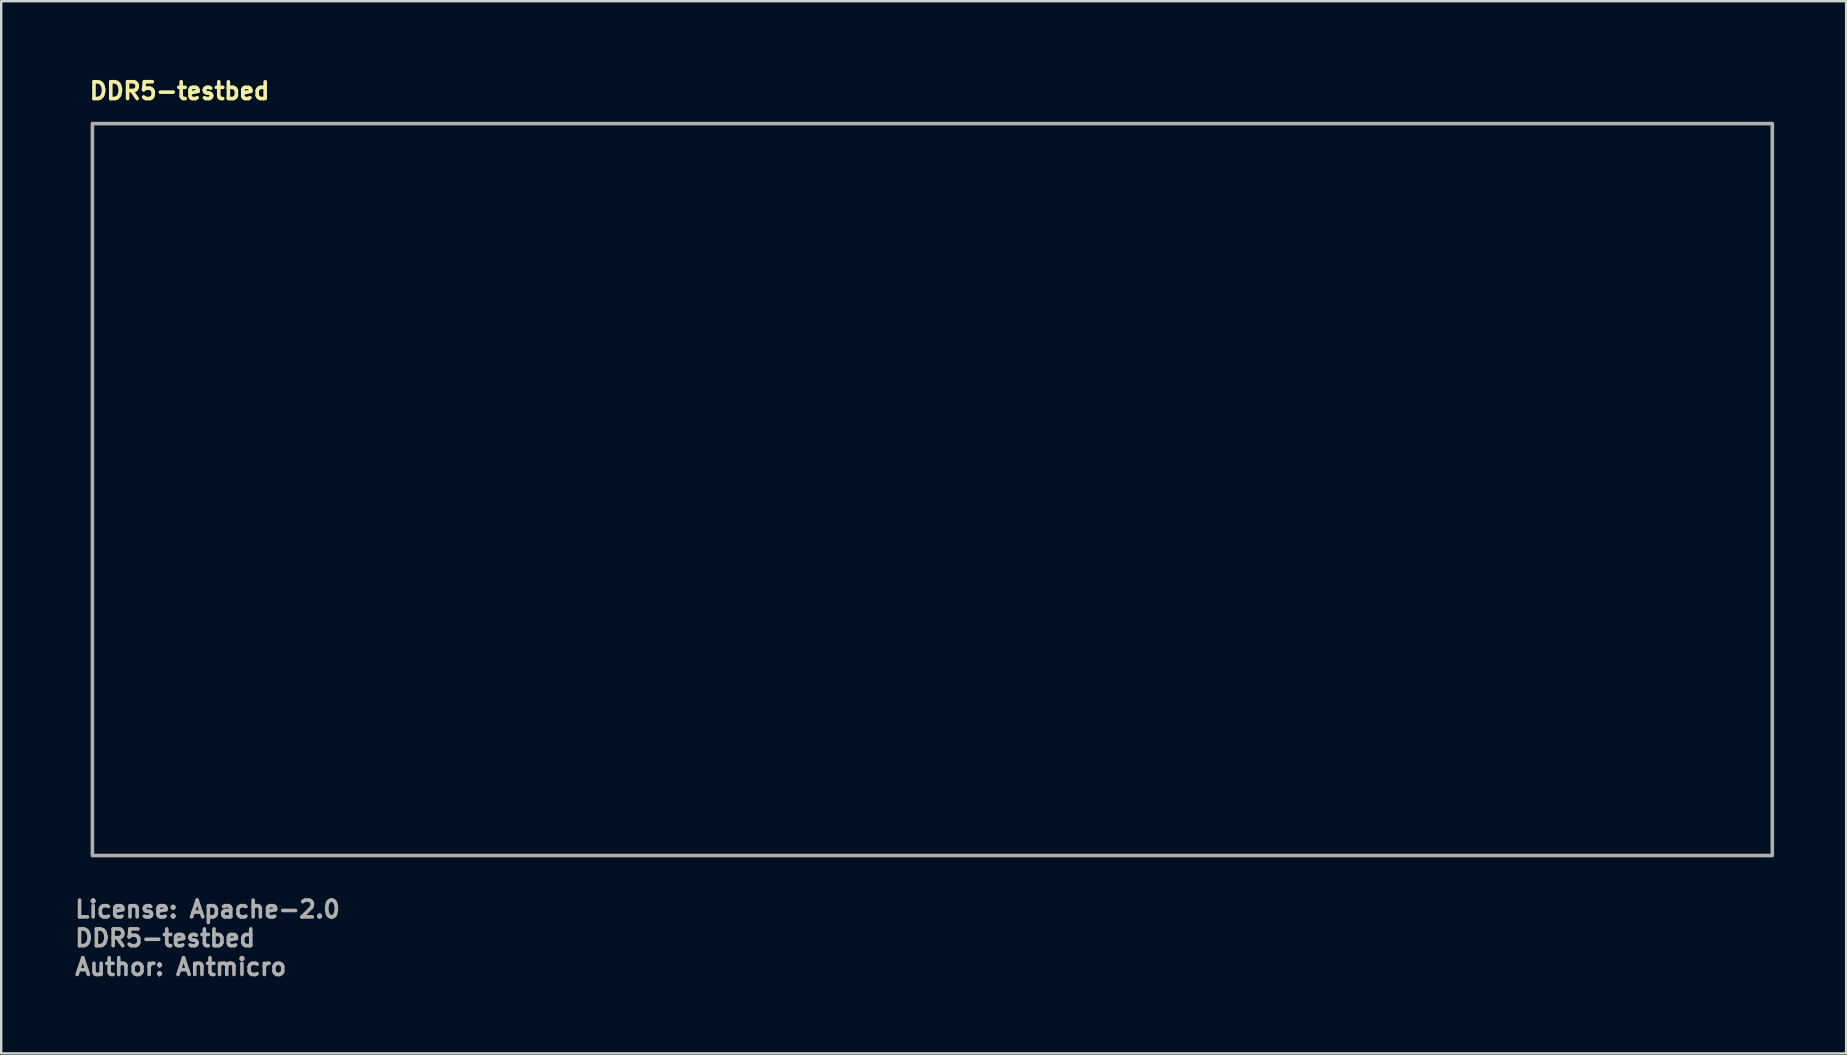
<source format=kicad_pcb>
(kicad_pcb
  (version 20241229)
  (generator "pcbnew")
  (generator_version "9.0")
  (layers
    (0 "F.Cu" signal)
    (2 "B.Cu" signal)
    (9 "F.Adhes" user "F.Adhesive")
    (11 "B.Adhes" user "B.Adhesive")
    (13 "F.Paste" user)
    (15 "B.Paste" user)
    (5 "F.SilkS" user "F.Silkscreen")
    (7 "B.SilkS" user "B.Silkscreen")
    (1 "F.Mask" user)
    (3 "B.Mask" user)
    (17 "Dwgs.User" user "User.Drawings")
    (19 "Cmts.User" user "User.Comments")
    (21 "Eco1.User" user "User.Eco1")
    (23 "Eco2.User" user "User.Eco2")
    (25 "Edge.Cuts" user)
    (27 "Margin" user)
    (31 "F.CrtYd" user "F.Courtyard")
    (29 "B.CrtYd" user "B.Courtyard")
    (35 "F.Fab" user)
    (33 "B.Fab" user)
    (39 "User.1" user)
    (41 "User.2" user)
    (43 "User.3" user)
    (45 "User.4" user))
  (footprint "DDR5-testbed"
    (layer "F.Cu")
    (at 35.801 17.25)
    (property "Reference" "DDR5-testbed" (at -35.2 -16.1 0) (layer "F.SilkS") (effects (font (size 0.7 0.7) (thickness 0.15)) (justify left bottom)))
    (attr through_hole exclude_from_pos_files exclude_from_bom)
    (fp_rect (start -35 -15.151) (end 34.999 15.349) (stroke (width 0.15) (type solid)) (fill no) (layer "F.Fab"))
    (fp_rect (start -34.801 -15) (end 34.798 14.999) (stroke (width 0.1) (type solid)) (fill no) (layer "User.5"))
    (fp_line (start -34.801 -14.25) (end -34.801 2.999) (stroke (width 0.02) (type solid)) (layer "User.9"))
    (fp_line (start -34.801 6.999) (end -34.801 14.249) (stroke (width 0.02) (type solid)) (layer "User.9"))
    (fp_line (start -34.801 6.999) (end -33.375 6.999) (stroke (width 0.02) (type solid)) (layer "User.9"))
    (fp_line (start -33.375 2.999) (end -34.801 2.999) (stroke (width 0.02) (type solid)) (layer "User.9"))
    (fp_line (start -33.3 -14.951) (end -32.951 -14.951) (stroke (width 0.02) (type solid)) (layer "User.9"))
    (fp_line (start -33.3 -12.451) (end -33.3 -14.951) (stroke (width 0.02) (type solid)) (layer "User.9"))
    (fp_line (start -33.05 3.324) (end -33.05 6.674) (stroke (width 0.02) (type solid)) (layer "User.9"))
    (fp_line (start -32.951 -14.951) (end -32.951 -12.451) (stroke (width 0.02) (type solid)) (layer "User.9"))
    (fp_line (start -32.951 -12.451) (end -33.3 -12.451) (stroke (width 0.02) (type solid)) (layer "User.9"))
    (fp_line (start -32.8 -14.951) (end -32.451 -14.951) (stroke (width 0.02) (type solid)) (layer "User.9"))
    (fp_line (start -32.8 -12.451) (end -32.8 -14.951) (stroke (width 0.02) (type solid)) (layer "User.9"))
    (fp_line (start -32.451 -14.951) (end -32.451 -12.451) (stroke (width 0.02) (type solid)) (layer "User.9"))
    (fp_line (start -32.451 -12.451) (end -32.8 -12.451) (stroke (width 0.02) (type solid)) (layer "User.9"))
    (fp_line (start -32.3 -14.951) (end -31.951 -14.951) (stroke (width 0.02) (type solid)) (layer "User.9"))
    (fp_line (start -32.3 -12.451) (end -32.3 -14.951) (stroke (width 0.02) (type solid)) (layer "User.9"))
    (fp_line (start -31.951 -14.951) (end -31.951 -12.451) (stroke (width 0.02) (type solid)) (layer "User.9"))
    (fp_line (start -31.951 -12.451) (end -32.3 -12.451) (stroke (width 0.02) (type solid)) (layer "User.9"))
    (fp_line (start -31.801 -14.951) (end -31.451 -14.951) (stroke (width 0.02) (type solid)) (layer "User.9"))
    (fp_line (start -31.801 -12.451) (end -31.801 -14.951) (stroke (width 0.02) (type solid)) (layer "User.9"))
    (fp_line (start -31.451 -14.951) (end -31.451 -12.451) (stroke (width 0.02) (type solid)) (layer "User.9"))
    (fp_line (start -31.451 -12.451) (end -31.801 -12.451) (stroke (width 0.02) (type solid)) (layer "User.9"))
    (fp_line (start -31.301 -14.951) (end -30.951 -14.951) (stroke (width 0.02) (type solid)) (layer "User.9"))
    (fp_line (start -31.301 -12.451) (end -31.301 -14.951) (stroke (width 0.02) (type solid)) (layer "User.9"))
    (fp_line (start -30.951 -14.951) (end -30.951 -12.451) (stroke (width 0.02) (type solid)) (layer "User.9"))
    (fp_line (start -30.951 -12.451) (end -31.301 -12.451) (stroke (width 0.02) (type solid)) (layer "User.9"))
    (fp_line (start -30.801 -14.951) (end -30.451 -14.951) (stroke (width 0.02) (type solid)) (layer "User.9"))
    (fp_line (start -30.801 -12.451) (end -30.801 -14.951) (stroke (width 0.02) (type solid)) (layer "User.9"))
    (fp_line (start -30.451 -14.951) (end -30.451 -12.451) (stroke (width 0.02) (type solid)) (layer "User.9"))
    (fp_line (start -30.451 -12.451) (end -30.801 -12.451) (stroke (width 0.02) (type solid)) (layer "User.9"))
    (fp_line (start -30.301 -14.951) (end -29.951 -14.951) (stroke (width 0.02) (type solid)) (layer "User.9"))
    (fp_line (start -30.301 -12.451) (end -30.301 -14.951) (stroke (width 0.02) (type solid)) (layer "User.9"))
    (fp_line (start -29.951 -14.951) (end -29.951 -12.451) (stroke (width 0.02) (type solid)) (layer "User.9"))
    (fp_line (start -29.951 -12.451) (end -30.301 -12.451) (stroke (width 0.02) (type solid)) (layer "User.9"))
    (fp_line (start -29.801 -14.951) (end -29.451 -14.951) (stroke (width 0.02) (type solid)) (layer "User.9"))
    (fp_line (start -29.801 -12.451) (end -29.801 -14.951) (stroke (width 0.02) (type solid)) (layer "User.9"))
    (fp_line (start -29.451 -14.951) (end -29.451 -12.451) (stroke (width 0.02) (type solid)) (layer "User.9"))
    (fp_line (start -29.451 -12.451) (end -29.801 -12.451) (stroke (width 0.02) (type solid)) (layer "User.9"))
    (fp_line (start -29.301 -14.951) (end -28.951 -14.951) (stroke (width 0.02) (type solid)) (layer "User.9"))
    (fp_line (start -29.301 -12.451) (end -29.301 -14.951) (stroke (width 0.02) (type solid)) (layer "User.9"))
    (fp_line (start -28.951 -14.951) (end -28.951 -12.451) (stroke (width 0.02) (type solid)) (layer "User.9"))
    (fp_line (start -28.951 -12.451) (end -29.301 -12.451) (stroke (width 0.02) (type solid)) (layer "User.9"))
    (fp_line (start -28.801 -14.951) (end -28.451 -14.951) (stroke (width 0.02) (type solid)) (layer "User.9"))
    (fp_line (start -28.801 -12.451) (end -28.801 -14.951) (stroke (width 0.02) (type solid)) (layer "User.9"))
    (fp_line (start -28.451 -14.951) (end -28.451 -12.451) (stroke (width 0.02) (type solid)) (layer "User.9"))
    (fp_line (start -28.451 -12.451) (end -28.801 -12.451) (stroke (width 0.02) (type solid)) (layer "User.9"))
    (fp_line (start -28.301 -14.951) (end -27.951 -14.951) (stroke (width 0.02) (type solid)) (layer "User.9"))
    (fp_line (start -28.301 -12.451) (end -28.301 -14.951) (stroke (width 0.02) (type solid)) (layer "User.9"))
    (fp_line (start -27.951 -14.951) (end -27.951 -12.451) (stroke (width 0.02) (type solid)) (layer "User.9"))
    (fp_line (start -27.951 -12.451) (end -28.301 -12.451) (stroke (width 0.02) (type solid)) (layer "User.9"))
    (fp_line (start -27.801 -14.951) (end -27.451 -14.951) (stroke (width 0.02) (type solid)) (layer "User.9"))
    (fp_line (start -27.801 -12.451) (end -27.801 -14.951) (stroke (width 0.02) (type solid)) (layer "User.9"))
    (fp_line (start -27.451 -14.951) (end -27.451 -12.451) (stroke (width 0.02) (type solid)) (layer "User.9"))
    (fp_line (start -27.451 -12.451) (end -27.801 -12.451) (stroke (width 0.02) (type solid)) (layer "User.9"))
    (fp_line (start -27.301 -14.951) (end -26.951 -14.951) (stroke (width 0.02) (type solid)) (layer "User.9"))
    (fp_line (start -27.301 -12.451) (end -27.301 -14.951) (stroke (width 0.02) (type solid)) (layer "User.9"))
    (fp_line (start -26.951 -14.951) (end -26.951 -12.451) (stroke (width 0.02) (type solid)) (layer "User.9"))
    (fp_line (start -26.951 -12.451) (end -27.301 -12.451) (stroke (width 0.02) (type solid)) (layer "User.9"))
    (fp_line (start -26.801 -14.951) (end -26.451 -14.951) (stroke (width 0.02) (type solid)) (layer "User.9"))
    (fp_line (start -26.801 -12.451) (end -26.801 -14.951) (stroke (width 0.02) (type solid)) (layer "User.9"))
    (fp_line (start -26.451 -14.951) (end -26.451 -12.451) (stroke (width 0.02) (type solid)) (layer "User.9"))
    (fp_line (start -26.451 -12.451) (end -26.801 -12.451) (stroke (width 0.02) (type solid)) (layer "User.9"))
    (fp_line (start -26.301 -14.951) (end -25.951 -14.951) (stroke (width 0.02) (type solid)) (layer "User.9"))
    (fp_line (start -26.301 -12.451) (end -26.301 -14.951) (stroke (width 0.02) (type solid)) (layer "User.9"))
    (fp_line (start -25.951 -14.951) (end -25.951 -12.451) (stroke (width 0.02) (type solid)) (layer "User.9"))
    (fp_line (start -25.951 -12.451) (end -26.301 -12.451) (stroke (width 0.02) (type solid)) (layer "User.9"))
    (fp_line (start -25.801 -14.951) (end -25.451 -14.951) (stroke (width 0.02) (type solid)) (layer "User.9"))
    (fp_line (start -25.801 -12.451) (end -25.801 -14.951) (stroke (width 0.02) (type solid)) (layer "User.9"))
    (fp_line (start -25.451 -14.951) (end -25.451 -12.451) (stroke (width 0.02) (type solid)) (layer "User.9"))
    (fp_line (start -25.451 -12.451) (end -25.801 -12.451) (stroke (width 0.02) (type solid)) (layer "User.9"))
    (fp_line (start -25.301 -14.951) (end -24.951 -14.951) (stroke (width 0.02) (type solid)) (layer "User.9"))
    (fp_line (start -25.301 -12.451) (end -25.301 -14.951) (stroke (width 0.02) (type solid)) (layer "User.9"))
    (fp_line (start -24.951 -14.951) (end -24.951 -12.451) (stroke (width 0.02) (type solid)) (layer "User.9"))
    (fp_line (start -24.951 -12.451) (end -25.301 -12.451) (stroke (width 0.02) (type solid)) (layer "User.9"))
    (fp_line (start -24.801 -14.951) (end -24.452 -14.951) (stroke (width 0.02) (type solid)) (layer "User.9"))
    (fp_line (start -24.801 -12.451) (end -24.801 -14.951) (stroke (width 0.02) (type solid)) (layer "User.9"))
    (fp_line (start -24.452 -14.951) (end -24.452 -12.451) (stroke (width 0.02) (type solid)) (layer "User.9"))
    (fp_line (start -24.452 -12.451) (end -24.801 -12.451) (stroke (width 0.02) (type solid)) (layer "User.9"))
    (fp_line (start -24.301 -14.951) (end -23.952 -14.951) (stroke (width 0.02) (type solid)) (layer "User.9"))
    (fp_line (start -24.301 -12.451) (end -24.301 -14.951) (stroke (width 0.02) (type solid)) (layer "User.9"))
    (fp_line (start -23.952 -14.951) (end -23.952 -12.451) (stroke (width 0.02) (type solid)) (layer "User.9"))
    (fp_line (start -23.952 -12.451) (end -24.301 -12.451) (stroke (width 0.02) (type solid)) (layer "User.9"))
    (fp_line (start -23.801 -14.951) (end -23.452 -14.951) (stroke (width 0.02) (type solid)) (layer "User.9"))
    (fp_line (start -23.801 -12.451) (end -23.801 -14.951) (stroke (width 0.02) (type solid)) (layer "User.9"))
    (fp_line (start -23.452 -14.951) (end -23.452 -12.451) (stroke (width 0.02) (type solid)) (layer "User.9"))
    (fp_line (start -23.452 -12.451) (end -23.801 -12.451) (stroke (width 0.02) (type solid)) (layer "User.9"))
    (fp_line (start -23.301 -14.951) (end -22.952 -14.951) (stroke (width 0.02) (type solid)) (layer "User.9"))
    (fp_line (start -23.301 -12.451) (end -23.301 -14.951) (stroke (width 0.02) (type solid)) (layer "User.9"))
    (fp_line (start -22.952 -14.951) (end -22.952 -12.451) (stroke (width 0.02) (type solid)) (layer "User.9"))
    (fp_line (start -22.952 -12.451) (end -23.301 -12.451) (stroke (width 0.02) (type solid)) (layer "User.9"))
    (fp_line (start -22.926 -4.75) (end -9.926 -4.75) (stroke (width 0.02) (type solid)) (layer "User.9"))
    (fp_line (start -22.926 4.248) (end -22.926 -4.75) (stroke (width 0.02) (type solid)) (layer "User.9"))
    (fp_line (start -22.926 4.248) (end -9.926 4.248) (stroke (width 0.02) (type solid)) (layer "User.9"))
    (fp_line (start -22.801 -14.951) (end -22.452 -14.951) (stroke (width 0.02) (type solid)) (layer "User.9"))
    (fp_line (start -22.801 -12.451) (end -22.801 -14.951) (stroke (width 0.02) (type solid)) (layer "User.9"))
    (fp_line (start -22.452 -14.951) (end -22.452 -12.451) (stroke (width 0.02) (type solid)) (layer "User.9"))
    (fp_line (start -22.452 -12.451) (end -22.801 -12.451) (stroke (width 0.02) (type solid)) (layer "User.9"))
    (fp_line (start -22.301 -14.951) (end -21.952 -14.951) (stroke (width 0.02) (type solid)) (layer "User.9"))
    (fp_line (start -22.301 -12.451) (end -22.301 -14.951) (stroke (width 0.02) (type solid)) (layer "User.9"))
    (fp_line (start -21.952 -14.951) (end -21.952 -12.451) (stroke (width 0.02) (type solid)) (layer "User.9"))
    (fp_line (start -21.952 -12.451) (end -22.301 -12.451) (stroke (width 0.02) (type solid)) (layer "User.9"))
    (fp_line (start -21.801 -14.951) (end -21.452 -14.951) (stroke (width 0.02) (type solid)) (layer "User.9"))
    (fp_line (start -21.801 -12.451) (end -21.801 -14.951) (stroke (width 0.02) (type solid)) (layer "User.9"))
    (fp_line (start -21.726 4.248) (end -21.726 4.249) (stroke (width 0.02) (type solid)) (layer "User.9"))
    (fp_line (start -21.452 -14.951) (end -21.452 -12.451) (stroke (width 0.02) (type solid)) (layer "User.9"))
    (fp_line (start -21.452 -12.451) (end -21.801 -12.451) (stroke (width 0.02) (type solid)) (layer "User.9"))
    (fp_line (start -21.301 -14.951) (end -20.952 -14.951) (stroke (width 0.02) (type solid)) (layer "User.9"))
    (fp_line (start -21.301 -12.451) (end -21.301 -14.951) (stroke (width 0.02) (type solid)) (layer "User.9"))
    (fp_line (start -20.952 -14.951) (end -20.952 -12.451) (stroke (width 0.02) (type solid)) (layer "User.9"))
    (fp_line (start -20.952 -12.451) (end -21.301 -12.451) (stroke (width 0.02) (type solid)) (layer "User.9"))
    (fp_line (start -20.801 -14.951) (end -20.452 -14.951) (stroke (width 0.02) (type solid)) (layer "User.9"))
    (fp_line (start -20.801 -12.451) (end -20.801 -14.951) (stroke (width 0.02) (type solid)) (layer "User.9"))
    (fp_line (start -20.452 -14.951) (end -20.452 -12.451) (stroke (width 0.02) (type solid)) (layer "User.9"))
    (fp_line (start -20.452 -12.451) (end -20.801 -12.451) (stroke (width 0.02) (type solid)) (layer "User.9"))
    (fp_line (start -20.301 -14.951) (end -19.952 -14.951) (stroke (width 0.02) (type solid)) (layer "User.9"))
    (fp_line (start -20.301 -12.451) (end -20.301 -14.951) (stroke (width 0.02) (type solid)) (layer "User.9"))
    (fp_line (start -19.952 -14.951) (end -19.952 -12.451) (stroke (width 0.02) (type solid)) (layer "User.9"))
    (fp_line (start -19.952 -12.451) (end -20.301 -12.451) (stroke (width 0.02) (type solid)) (layer "User.9"))
    (fp_line (start -19.801 -14.951) (end -19.45 -14.951) (stroke (width 0.02) (type solid)) (layer "User.9"))
    (fp_line (start -19.801 -12.451) (end -19.801 -14.951) (stroke (width 0.02) (type solid)) (layer "User.9"))
    (fp_line (start -19.45 -14.951) (end -19.45 -12.451) (stroke (width 0.02) (type solid)) (layer "User.9"))
    (fp_line (start -19.45 -12.451) (end -19.801 -12.451) (stroke (width 0.02) (type solid)) (layer "User.9"))
    (fp_line (start -19.302 -14.951) (end -18.95 -14.951) (stroke (width 0.02) (type solid)) (layer "User.9"))
    (fp_line (start -19.302 -12.451) (end -19.302 -14.951) (stroke (width 0.02) (type solid)) (layer "User.9"))
    (fp_line (start -18.95 -14.951) (end -18.95 -12.451) (stroke (width 0.02) (type solid)) (layer "User.9"))
    (fp_line (start -18.95 -12.451) (end -19.302 -12.451) (stroke (width 0.02) (type solid)) (layer "User.9"))
    (fp_line (start -18.802 -14.951) (end -18.45 -14.951) (stroke (width 0.02) (type solid)) (layer "User.9"))
    (fp_line (start -18.802 -12.451) (end -18.802 -14.951) (stroke (width 0.02) (type solid)) (layer "User.9"))
    (fp_line (start -18.45 -14.951) (end -18.45 -12.451) (stroke (width 0.02) (type solid)) (layer "User.9"))
    (fp_line (start -18.45 -12.451) (end -18.802 -12.451) (stroke (width 0.02) (type solid)) (layer "User.9"))
    (fp_line (start -18.302 -14.951) (end -17.95 -14.951) (stroke (width 0.02) (type solid)) (layer "User.9"))
    (fp_line (start -18.302 -12.451) (end -18.302 -14.951) (stroke (width 0.02) (type solid)) (layer "User.9"))
    (fp_line (start -17.95 -14.951) (end -17.95 -12.451) (stroke (width 0.02) (type solid)) (layer "User.9"))
    (fp_line (start -17.95 -12.451) (end -18.302 -12.451) (stroke (width 0.02) (type solid)) (layer "User.9"))
    (fp_line (start -17.802 -14.951) (end -17.45 -14.951) (stroke (width 0.02) (type solid)) (layer "User.9"))
    (fp_line (start -17.802 -12.451) (end -17.802 -14.951) (stroke (width 0.02) (type solid)) (layer "User.9"))
    (fp_line (start -17.45 -14.951) (end -17.45 -12.451) (stroke (width 0.02) (type solid)) (layer "User.9"))
    (fp_line (start -17.45 -12.451) (end -17.802 -12.451) (stroke (width 0.02) (type solid)) (layer "User.9"))
    (fp_line (start -17.302 -14.951) (end -16.95 -14.951) (stroke (width 0.02) (type solid)) (layer "User.9"))
    (fp_line (start -17.302 -12.451) (end -17.302 -14.951) (stroke (width 0.02) (type solid)) (layer "User.9"))
    (fp_line (start -16.95 -14.951) (end -16.95 -12.451) (stroke (width 0.02) (type solid)) (layer "User.9"))
    (fp_line (start -16.95 -12.451) (end -17.302 -12.451) (stroke (width 0.02) (type solid)) (layer "User.9"))
    (fp_line (start -16.802 -14.951) (end -16.45 -14.951) (stroke (width 0.02) (type solid)) (layer "User.9"))
    (fp_line (start -16.802 -12.451) (end -16.802 -14.951) (stroke (width 0.02) (type solid)) (layer "User.9"))
    (fp_line (start -16.45 -14.951) (end -16.45 -12.451) (stroke (width 0.02) (type solid)) (layer "User.9"))
    (fp_line (start -16.45 -12.451) (end -16.802 -12.451) (stroke (width 0.02) (type solid)) (layer "User.9"))
    (fp_line (start -16.302 -14.951) (end -15.951 -14.951) (stroke (width 0.02) (type solid)) (layer "User.9"))
    (fp_line (start -16.302 -12.451) (end -16.302 -14.951) (stroke (width 0.02) (type solid)) (layer "User.9"))
    (fp_line (start -15.951 -14.951) (end -15.951 -12.451) (stroke (width 0.02) (type solid)) (layer "User.9"))
    (fp_line (start -15.951 -12.451) (end -16.302 -12.451) (stroke (width 0.02) (type solid)) (layer "User.9"))
    (fp_line (start -15.801 -14.951) (end -15.451 -14.951) (stroke (width 0.02) (type solid)) (layer "User.9"))
    (fp_line (start -15.801 -12.451) (end -15.801 -14.951) (stroke (width 0.02) (type solid)) (layer "User.9"))
    (fp_line (start -15.451 -14.951) (end -15.451 -12.451) (stroke (width 0.02) (type solid)) (layer "User.9"))
    (fp_line (start -15.451 -12.451) (end -15.801 -12.451) (stroke (width 0.02) (type solid)) (layer "User.9"))
    (fp_line (start -15.301 -14.951) (end -14.951 -14.951) (stroke (width 0.02) (type solid)) (layer "User.9"))
    (fp_line (start -15.301 -12.451) (end -15.301 -14.951) (stroke (width 0.02) (type solid)) (layer "User.9"))
    (fp_line (start -14.951 -14.951) (end -14.951 -12.451) (stroke (width 0.02) (type solid)) (layer "User.9"))
    (fp_line (start -14.951 -12.451) (end -15.301 -12.451) (stroke (width 0.02) (type solid)) (layer "User.9"))
    (fp_line (start -14.801 -14.951) (end -14.451 -14.951) (stroke (width 0.02) (type solid)) (layer "User.9"))
    (fp_line (start -14.801 -12.451) (end -14.801 -14.951) (stroke (width 0.02) (type solid)) (layer "User.9"))
    (fp_line (start -14.451 -14.951) (end -14.451 -12.451) (stroke (width 0.02) (type solid)) (layer "User.9"))
    (fp_line (start -14.451 -12.451) (end -14.801 -12.451) (stroke (width 0.02) (type solid)) (layer "User.9"))
    (fp_line (start -14.301 -14.951) (end -13.951 -14.951) (stroke (width 0.02) (type solid)) (layer "User.9"))
    (fp_line (start -14.301 -12.451) (end -14.301 -14.951) (stroke (width 0.02) (type solid)) (layer "User.9"))
    (fp_line (start -13.951 -14.951) (end -13.951 -12.451) (stroke (width 0.02) (type solid)) (layer "User.9"))
    (fp_line (start -13.951 -12.451) (end -14.301 -12.451) (stroke (width 0.02) (type solid)) (layer "User.9"))
    (fp_line (start -13.801 -14.951) (end -13.451 -14.951) (stroke (width 0.02) (type solid)) (layer "User.9"))
    (fp_line (start -13.801 -12.451) (end -13.801 -14.951) (stroke (width 0.02) (type solid)) (layer "User.9"))
    (fp_line (start -13.451 -14.951) (end -13.451 -12.451) (stroke (width 0.02) (type solid)) (layer "User.9"))
    (fp_line (start -13.451 -12.451) (end -13.801 -12.451) (stroke (width 0.02) (type solid)) (layer "User.9"))
    (fp_line (start -13.301 -14.951) (end -12.951 -14.951) (stroke (width 0.02) (type solid)) (layer "User.9"))
    (fp_line (start -13.301 -12.451) (end -13.301 -14.951) (stroke (width 0.02) (type solid)) (layer "User.9"))
    (fp_line (start -12.951 -14.951) (end -12.951 -12.451) (stroke (width 0.02) (type solid)) (layer "User.9"))
    (fp_line (start -12.951 -12.451) (end -13.301 -12.451) (stroke (width 0.02) (type solid)) (layer "User.9"))
    (fp_line (start -12.801 -14.951) (end -12.451 -14.951) (stroke (width 0.02) (type solid)) (layer "User.9"))
    (fp_line (start -12.801 -12.451) (end -12.801 -14.951) (stroke (width 0.02) (type solid)) (layer "User.9"))
    (fp_line (start -12.451 -14.951) (end -12.451 -12.451) (stroke (width 0.02) (type solid)) (layer "User.9"))
    (fp_line (start -12.451 -12.451) (end -12.801 -12.451) (stroke (width 0.02) (type solid)) (layer "User.9"))
    (fp_line (start -12.301 -14.951) (end -11.951 -14.951) (stroke (width 0.02) (type solid)) (layer "User.9"))
    (fp_line (start -12.301 -12.451) (end -12.301 -14.951) (stroke (width 0.02) (type solid)) (layer "User.9"))
    (fp_line (start -11.951 -14.951) (end -11.951 -12.451) (stroke (width 0.02) (type solid)) (layer "User.9"))
    (fp_line (start -11.951 -12.451) (end -12.301 -12.451) (stroke (width 0.02) (type solid)) (layer "User.9"))
    (fp_line (start -11.801 -14.951) (end -11.451 -14.951) (stroke (width 0.02) (type solid)) (layer "User.9"))
    (fp_line (start -11.801 -12.451) (end -11.801 -14.951) (stroke (width 0.02) (type solid)) (layer "User.9"))
    (fp_line (start -11.451 -14.951) (end -11.451 -12.451) (stroke (width 0.02) (type solid)) (layer "User.9"))
    (fp_line (start -11.451 -12.451) (end -11.801 -12.451) (stroke (width 0.02) (type solid)) (layer "User.9"))
    (fp_line (start -11.301 -14.951) (end -10.951 -14.951) (stroke (width 0.02) (type solid)) (layer "User.9"))
    (fp_line (start -11.301 -12.451) (end -11.301 -14.951) (stroke (width 0.02) (type solid)) (layer "User.9"))
    (fp_line (start -10.951 -14.951) (end -10.951 -12.451) (stroke (width 0.02) (type solid)) (layer "User.9"))
    (fp_line (start -10.951 -12.451) (end -11.301 -12.451) (stroke (width 0.02) (type solid)) (layer "User.9"))
    (fp_line (start -10.801 -14.951) (end -10.451 -14.951) (stroke (width 0.02) (type solid)) (layer "User.9"))
    (fp_line (start -10.801 -12.451) (end -10.801 -14.951) (stroke (width 0.02) (type solid)) (layer "User.9"))
    (fp_line (start -10.451 -14.951) (end -10.451 -12.451) (stroke (width 0.02) (type solid)) (layer "User.9"))
    (fp_line (start -10.451 -12.451) (end -10.801 -12.451) (stroke (width 0.02) (type solid)) (layer "User.9"))
    (fp_line (start -10.301 -14.951) (end -9.951 -14.951) (stroke (width 0.02) (type solid)) (layer "User.9"))
    (fp_line (start -10.301 -12.451) (end -10.301 -14.951) (stroke (width 0.02) (type solid)) (layer "User.9"))
    (fp_line (start -9.951 -14.951) (end -9.951 -12.451) (stroke (width 0.02) (type solid)) (layer "User.9"))
    (fp_line (start -9.951 -12.451) (end -10.301 -12.451) (stroke (width 0.02) (type solid)) (layer "User.9"))
    (fp_line (start -9.926 4.248) (end -9.926 -4.75) (stroke (width 0.02) (type solid)) (layer "User.9"))
    (fp_line (start -9.801 -14.951) (end -9.451 -14.951) (stroke (width 0.02) (type solid)) (layer "User.9"))
    (fp_line (start -9.801 -12.451) (end -9.801 -14.951) (stroke (width 0.02) (type solid)) (layer "User.9"))
    (fp_line (start -9.451 -14.951) (end -9.451 -12.451) (stroke (width 0.02) (type solid)) (layer "User.9"))
    (fp_line (start -9.451 -12.451) (end -9.801 -12.451) (stroke (width 0.02) (type solid)) (layer "User.9"))
    (fp_line (start -9.301 -14.951) (end -8.951 -14.951) (stroke (width 0.02) (type solid)) (layer "User.9"))
    (fp_line (start -9.301 -12.451) (end -9.301 -14.951) (stroke (width 0.02) (type solid)) (layer "User.9"))
    (fp_line (start -8.951 -14.951) (end -8.951 -12.451) (stroke (width 0.02) (type solid)) (layer "User.9"))
    (fp_line (start -8.951 -12.451) (end -9.301 -12.451) (stroke (width 0.02) (type solid)) (layer "User.9"))
    (fp_line (start -8.801 -14.951) (end -8.45 -14.951) (stroke (width 0.02) (type solid)) (layer "User.9"))
    (fp_line (start -8.801 -12.451) (end -8.801 -14.951) (stroke (width 0.02) (type solid)) (layer "User.9"))
    (fp_line (start -8.45 -14.951) (end -8.45 -12.451) (stroke (width 0.02) (type solid)) (layer "User.9"))
    (fp_line (start -8.45 -12.451) (end -8.801 -12.451) (stroke (width 0.02) (type solid)) (layer "User.9"))
    (fp_line (start -8.301 -14.951) (end -7.952 -14.951) (stroke (width 0.02) (type solid)) (layer "User.9"))
    (fp_line (start -8.301 -12.451) (end -8.301 -14.951) (stroke (width 0.02) (type solid)) (layer "User.9"))
    (fp_line (start -7.952 -14.951) (end -7.952 -12.451) (stroke (width 0.02) (type solid)) (layer "User.9"))
    (fp_line (start -7.952 -12.451) (end -8.301 -12.451) (stroke (width 0.02) (type solid)) (layer "User.9"))
    (fp_line (start -7.8 -14.951) (end -7.452 -14.951) (stroke (width 0.02) (type solid)) (layer "User.9"))
    (fp_line (start -7.8 -12.451) (end -7.8 -14.951) (stroke (width 0.02) (type solid)) (layer "User.9"))
    (fp_line (start -7.452 -14.951) (end -7.452 -12.451) (stroke (width 0.02) (type solid)) (layer "User.9"))
    (fp_line (start -7.452 -12.451) (end -7.8 -12.451) (stroke (width 0.02) (type solid)) (layer "User.9"))
    (fp_line (start -7.3 -14.951) (end -6.952 -14.951) (stroke (width 0.02) (type solid)) (layer "User.9"))
    (fp_line (start -7.3 -12.451) (end -7.3 -14.951) (stroke (width 0.02) (type solid)) (layer "User.9"))
    (fp_line (start -6.952 -14.951) (end -6.952 -12.451) (stroke (width 0.02) (type solid)) (layer "User.9"))
    (fp_line (start -6.952 -12.451) (end -7.3 -12.451) (stroke (width 0.02) (type solid)) (layer "User.9"))
    (fp_line (start -6.8 -14.951) (end -6.452 -14.951) (stroke (width 0.02) (type solid)) (layer "User.9"))
    (fp_line (start -6.8 -12.451) (end -6.8 -14.951) (stroke (width 0.02) (type solid)) (layer "User.9"))
    (fp_line (start -6.5 9.999) (end -6.5 14.999) (stroke (width 0.02) (type solid)) (layer "User.9"))
    (fp_line (start -6.5 14.999) (end -34.052 14.999) (stroke (width 0.02) (type solid)) (layer "User.9"))
    (fp_line (start -6.452 -14.951) (end -6.452 -12.451) (stroke (width 0.02) (type solid)) (layer "User.9"))
    (fp_line (start -6.452 -12.451) (end -6.8 -12.451) (stroke (width 0.02) (type solid)) (layer "User.9"))
    (fp_line (start -6.3 -14.951) (end -5.952 -14.951) (stroke (width 0.02) (type solid)) (layer "User.9"))
    (fp_line (start -6.3 -12.451) (end -6.3 -14.951) (stroke (width 0.02) (type solid)) (layer "User.9"))
    (fp_line (start -5.952 -14.951) (end -5.952 -12.451) (stroke (width 0.02) (type solid)) (layer "User.9"))
    (fp_line (start -5.952 -12.451) (end -6.3 -12.451) (stroke (width 0.02) (type solid)) (layer "User.9"))
    (fp_line (start -5.8 -14.951) (end -5.452 -14.951) (stroke (width 0.02) (type solid)) (layer "User.9"))
    (fp_line (start -5.8 -12.451) (end -5.8 -14.951) (stroke (width 0.02) (type solid)) (layer "User.9"))
    (fp_line (start -5.452 -14.951) (end -5.452 -12.451) (stroke (width 0.02) (type solid)) (layer "User.9"))
    (fp_line (start -5.452 -12.451) (end -5.8 -12.451) (stroke (width 0.02) (type solid)) (layer "User.9"))
    (fp_line (start -5.3 -14.951) (end -4.952 -14.951) (stroke (width 0.02) (type solid)) (layer "User.9"))
    (fp_line (start -5.3 -12.451) (end -5.3 -14.951) (stroke (width 0.02) (type solid)) (layer "User.9"))
    (fp_line (start -4.952 -14.951) (end -4.952 -12.451) (stroke (width 0.02) (type solid)) (layer "User.9"))
    (fp_line (start -4.952 -12.451) (end -5.3 -12.451) (stroke (width 0.02) (type solid)) (layer "User.9"))
    (fp_line (start -4.8 -14.951) (end -4.452 -14.951) (stroke (width 0.02) (type solid)) (layer "User.9"))
    (fp_line (start -4.8 -12.451) (end -4.8 -14.951) (stroke (width 0.02) (type solid)) (layer "User.9"))
    (fp_line (start -4.452 -14.951) (end -4.452 -12.451) (stroke (width 0.02) (type solid)) (layer "User.9"))
    (fp_line (start -4.452 -12.451) (end -4.8 -12.451) (stroke (width 0.02) (type solid)) (layer "User.9"))
    (fp_line (start -4 -15) (end -34.05 -15) (stroke (width 0.02) (type solid)) (layer "User.9"))
    (fp_line (start -4 -15) (end -4 -11.5) (stroke (width 0.02) (type solid)) (layer "User.9"))
    (fp_line (start -3 -15) (end -3 -11.5) (stroke (width 0.02) (type solid)) (layer "User.9"))
    (fp_line (start -2.301 -14.951) (end -1.95 -14.951) (stroke (width 0.02) (type solid)) (layer "User.9"))
    (fp_line (start -2.301 -12.451) (end -2.301 -14.951) (stroke (width 0.02) (type solid)) (layer "User.9"))
    (fp_line (start -1.95 -14.951) (end -1.95 -12.451) (stroke (width 0.02) (type solid)) (layer "User.9"))
    (fp_line (start -1.95 -12.451) (end -2.301 -12.451) (stroke (width 0.02) (type solid)) (layer "User.9"))
    (fp_line (start -1.801 -14.951) (end -1.452 -14.951) (stroke (width 0.02) (type solid)) (layer "User.9"))
    (fp_line (start -1.801 -12.451) (end -1.801 -14.951) (stroke (width 0.02) (type solid)) (layer "User.9"))
    (fp_line (start -1.452 -14.951) (end -1.452 -12.451) (stroke (width 0.02) (type solid)) (layer "User.9"))
    (fp_line (start -1.452 -12.451) (end -1.801 -12.451) (stroke (width 0.02) (type solid)) (layer "User.9"))
    (fp_line (start -1.301 -14.951) (end -0.952 -14.951) (stroke (width 0.02) (type solid)) (layer "User.9"))
    (fp_line (start -1.301 -12.451) (end -1.301 -14.951) (stroke (width 0.02) (type solid)) (layer "User.9"))
    (fp_line (start -0.952 -14.951) (end -0.952 -12.451) (stroke (width 0.02) (type solid)) (layer "User.9"))
    (fp_line (start -0.952 -12.451) (end -1.301 -12.451) (stroke (width 0.02) (type solid)) (layer "User.9"))
    (fp_line (start -0.801 -14.951) (end -0.452 -14.951) (stroke (width 0.02) (type solid)) (layer "User.9"))
    (fp_line (start -0.801 -12.451) (end -0.801 -14.951) (stroke (width 0.02) (type solid)) (layer "User.9"))
    (fp_line (start -0.5 9.999) (end -0.5 14.999) (stroke (width 0.02) (type solid)) (layer "User.9"))
    (fp_line (start -0.452 -14.951) (end -0.452 -12.451) (stroke (width 0.02) (type solid)) (layer "User.9"))
    (fp_line (start -0.452 -12.451) (end -0.801 -12.451) (stroke (width 0.02) (type solid)) (layer "User.9"))
    (fp_line (start -0.3 -14.951) (end 0.049 -14.951) (stroke (width 0.02) (type solid)) (layer "User.9"))
    (fp_line (start -0.3 -12.451) (end -0.3 -14.951) (stroke (width 0.02) (type solid)) (layer "User.9"))
    (fp_line (start 0.049 -14.951) (end 0.049 -12.451) (stroke (width 0.02) (type solid)) (layer "User.9"))
    (fp_line (start 0.049 -12.451) (end -0.3 -12.451) (stroke (width 0.02) (type solid)) (layer "User.9"))
    (fp_line (start 0.2 -14.951) (end 0.549 -14.951) (stroke (width 0.02) (type solid)) (layer "User.9"))
    (fp_line (start 0.2 -12.451) (end 0.2 -14.951) (stroke (width 0.02) (type solid)) (layer "User.9"))
    (fp_line (start 0.549 -14.951) (end 0.549 -12.451) (stroke (width 0.02) (type solid)) (layer "User.9"))
    (fp_line (start 0.549 -12.451) (end 0.2 -12.451) (stroke (width 0.02) (type solid)) (layer "User.9"))
    (fp_line (start 0.7 -14.951) (end 1.048 -14.951) (stroke (width 0.02) (type solid)) (layer "User.9"))
    (fp_line (start 0.7 -12.451) (end 0.7 -14.951) (stroke (width 0.02) (type solid)) (layer "User.9"))
    (fp_line (start 1.048 -14.951) (end 1.048 -12.451) (stroke (width 0.02) (type solid)) (layer "User.9"))
    (fp_line (start 1.048 -12.451) (end 0.7 -12.451) (stroke (width 0.02) (type solid)) (layer "User.9"))
    (fp_line (start 1.199 -14.951) (end 1.548 -14.951) (stroke (width 0.02) (type solid)) (layer "User.9"))
    (fp_line (start 1.199 -12.451) (end 1.199 -14.951) (stroke (width 0.02) (type solid)) (layer "User.9"))
    (fp_line (start 1.548 -14.951) (end 1.548 -12.451) (stroke (width 0.02) (type solid)) (layer "User.9"))
    (fp_line (start 1.548 -12.451) (end 1.199 -12.451) (stroke (width 0.02) (type solid)) (layer "User.9"))
    (fp_line (start 1.699 -14.951) (end 2.048 -14.951) (stroke (width 0.02) (type solid)) (layer "User.9"))
    (fp_line (start 1.699 -12.451) (end 1.699 -14.951) (stroke (width 0.02) (type solid)) (layer "User.9"))
    (fp_line (start 2.048 -14.951) (end 2.048 -12.451) (stroke (width 0.02) (type solid)) (layer "User.9"))
    (fp_line (start 2.048 -12.451) (end 1.699 -12.451) (stroke (width 0.02) (type solid)) (layer "User.9"))
    (fp_line (start 2.2 -14.951) (end 2.548 -14.951) (stroke (width 0.02) (type solid)) (layer "User.9"))
    (fp_line (start 2.2 -12.451) (end 2.2 -14.951) (stroke (width 0.02) (type solid)) (layer "User.9"))
    (fp_line (start 2.548 -14.951) (end 2.548 -12.451) (stroke (width 0.02) (type solid)) (layer "User.9"))
    (fp_line (start 2.548 -12.451) (end 2.2 -12.451) (stroke (width 0.02) (type solid)) (layer "User.9"))
    (fp_line (start 2.575 -0.051) (end 2.575 0.275) (stroke (width 0.02) (type solid)) (layer "User.9"))
    (fp_line (start 2.575 0.275) (end 2.575 0.724) (stroke (width 0.02) (type solid)) (layer "User.9"))
    (fp_line (start 2.575 0.724) (end 2.575 1.225) (stroke (width 0.02) (type solid)) (layer "User.9"))
    (fp_line (start 2.575 1.225) (end 2.575 1.675) (stroke (width 0.02) (type solid)) (layer "User.9"))
    (fp_line (start 2.575 1.675) (end 2.575 2.175) (stroke (width 0.02) (type solid)) (layer "User.9"))
    (fp_line (start 2.575 2.175) (end 2.575 2.624) (stroke (width 0.02) (type solid)) (layer "User.9"))
    (fp_line (start 2.575 2.624) (end 2.575 2.95) (stroke (width 0.02) (type solid)) (layer "User.9"))
    (fp_line (start 2.575 2.95) (end 3.974 2.95) (stroke (width 0.02) (type solid)) (layer "User.9"))
    (fp_line (start 2.7 -14.951) (end 3.048 -14.951) (stroke (width 0.02) (type solid)) (layer "User.9"))
    (fp_line (start 2.7 -12.451) (end 2.7 -14.951) (stroke (width 0.02) (type solid)) (layer "User.9"))
    (fp_line (start 3.048 -14.951) (end 3.048 -12.451) (stroke (width 0.02) (type solid)) (layer "User.9"))
    (fp_line (start 3.048 -12.451) (end 2.7 -12.451) (stroke (width 0.02) (type solid)) (layer "User.9"))
    (fp_line (start 3.2 -14.951) (end 3.548 -14.951) (stroke (width 0.02) (type solid)) (layer "User.9"))
    (fp_line (start 3.2 -12.451) (end 3.2 -14.951) (stroke (width 0.02) (type solid)) (layer "User.9"))
    (fp_line (start 3.548 -14.951) (end 3.548 -12.451) (stroke (width 0.02) (type solid)) (layer "User.9"))
    (fp_line (start 3.548 -12.451) (end 3.2 -12.451) (stroke (width 0.02) (type solid)) (layer "User.9"))
    (fp_line (start 3.7 -14.951) (end 4.049 -14.951) (stroke (width 0.02) (type solid)) (layer "User.9"))
    (fp_line (start 3.7 -12.451) (end 3.7 -14.951) (stroke (width 0.02) (type solid)) (layer "User.9"))
    (fp_line (start 3.974 -0.051) (end 2.575 -0.051) (stroke (width 0.02) (type solid)) (layer "User.9"))
    (fp_line (start 3.974 0.275) (end 3.974 -0.051) (stroke (width 0.02) (type solid)) (layer "User.9"))
    (fp_line (start 3.974 0.724) (end 3.974 0.275) (stroke (width 0.02) (type solid)) (layer "User.9"))
    (fp_line (start 3.974 2.175) (end 3.974 0.724) (stroke (width 0.02) (type solid)) (layer "User.9"))
    (fp_line (start 3.974 2.624) (end 3.974 2.175) (stroke (width 0.02) (type solid)) (layer "User.9"))
    (fp_line (start 3.974 2.95) (end 3.974 2.624) (stroke (width 0.02) (type solid)) (layer "User.9"))
    (fp_line (start 4.049 -14.951) (end 4.049 -12.451) (stroke (width 0.02) (type solid)) (layer "User.9"))
    (fp_line (start 4.049 -12.451) (end 3.7 -12.451) (stroke (width 0.02) (type solid)) (layer "User.9"))
    (fp_line (start 4.2 -14.951) (end 4.549 -14.951) (stroke (width 0.02) (type solid)) (layer "User.9"))
    (fp_line (start 4.2 -12.451) (end 4.2 -14.951) (stroke (width 0.02) (type solid)) (layer "User.9"))
    (fp_line (start 4.549 -14.951) (end 4.549 -12.451) (stroke (width 0.02) (type solid)) (layer "User.9"))
    (fp_line (start 4.549 -12.451) (end 4.2 -12.451) (stroke (width 0.02) (type solid)) (layer "User.9"))
    (fp_line (start 4.698 -14.951) (end 5.049 -14.951) (stroke (width 0.02) (type solid)) (layer "User.9"))
    (fp_line (start 4.698 -12.451) (end 4.698 -14.951) (stroke (width 0.02) (type solid)) (layer "User.9"))
    (fp_line (start 4.724 -7.651) (end 4.724 -4.651) (stroke (width 0.02) (type solid)) (layer "User.9"))
    (fp_line (start 4.724 -4.651) (end 6.124 -4.651) (stroke (width 0.02) (type solid)) (layer "User.9"))
    (fp_line (start 5.049 -14.951) (end 5.049 -12.451) (stroke (width 0.02) (type solid)) (layer "User.9"))
    (fp_line (start 5.049 -12.451) (end 4.698 -12.451) (stroke (width 0.02) (type solid)) (layer "User.9"))
    (fp_line (start 5.198 -14.951) (end 5.549 -14.951) (stroke (width 0.02) (type solid)) (layer "User.9"))
    (fp_line (start 5.198 -12.451) (end 5.198 -14.951) (stroke (width 0.02) (type solid)) (layer "User.9"))
    (fp_line (start 5.549 -14.951) (end 5.549 -12.451) (stroke (width 0.02) (type solid)) (layer "User.9"))
    (fp_line (start 5.549 -12.451) (end 5.198 -12.451) (stroke (width 0.02) (type solid)) (layer "User.9"))
    (fp_line (start 5.698 -14.951) (end 6.049 -14.951) (stroke (width 0.02) (type solid)) (layer "User.9"))
    (fp_line (start 5.698 -12.451) (end 5.698 -14.951) (stroke (width 0.02) (type solid)) (layer "User.9"))
    (fp_line (start 6.049 -14.951) (end 6.049 -12.451) (stroke (width 0.02) (type solid)) (layer "User.9"))
    (fp_line (start 6.049 -12.451) (end 5.698 -12.451) (stroke (width 0.02) (type solid)) (layer "User.9"))
    (fp_line (start 6.124 -7.651) (end 4.724 -7.651) (stroke (width 0.02) (type solid)) (layer "User.9"))
    (fp_line (start 6.124 -4.651) (end 6.124 -7.651) (stroke (width 0.02) (type solid)) (layer "User.9"))
    (fp_line (start 6.198 -14.951) (end 6.549 -14.951) (stroke (width 0.02) (type solid)) (layer "User.9"))
    (fp_line (start 6.198 -12.451) (end 6.198 -14.951) (stroke (width 0.02) (type solid)) (layer "User.9"))
    (fp_line (start 6.549 -14.951) (end 6.549 -12.451) (stroke (width 0.02) (type solid)) (layer "User.9"))
    (fp_line (start 6.549 -12.451) (end 6.198 -12.451) (stroke (width 0.02) (type solid)) (layer "User.9"))
    (fp_line (start 6.573 -12.44) (end 6.573 -12.442) (stroke (width 0.02) (type solid)) (layer "User.9"))
    (fp_line (start 6.573 -12.432) (end 6.573 -12.44) (stroke (width 0.02) (type solid)) (layer "User.9"))
    (fp_line (start 6.698 -14.951) (end 7.049 -14.951) (stroke (width 0.02) (type solid)) (layer "User.9"))
    (fp_line (start 6.698 -12.451) (end 6.698 -14.951) (stroke (width 0.02) (type solid)) (layer "User.9"))
    (fp_line (start 7.049 -14.951) (end 7.049 -12.451) (stroke (width 0.02) (type solid)) (layer "User.9"))
    (fp_line (start 7.049 -12.451) (end 6.698 -12.451) (stroke (width 0.02) (type solid)) (layer "User.9"))
    (fp_line (start 7.198 -14.951) (end 7.549 -14.951) (stroke (width 0.02) (type solid)) (layer "User.9"))
    (fp_line (start 7.198 -12.451) (end 7.198 -14.951) (stroke (width 0.02) (type solid)) (layer "User.9"))
    (fp_line (start 7.474 -2.4) (end 11.874 -2.4) (stroke (width 0.02) (type solid)) (layer "User.9"))
    (fp_line (start 7.474 2.6) (end 7.474 -2.4) (stroke (width 0.02) (type solid)) (layer "User.9"))
    (fp_line (start 7.549 -14.951) (end 7.549 -12.451) (stroke (width 0.02) (type solid)) (layer "User.9"))
    (fp_line (start 7.549 -12.451) (end 7.198 -12.451) (stroke (width 0.02) (type solid)) (layer "User.9"))
    (fp_line (start 7.698 -14.951) (end 8.05 -14.951) (stroke (width 0.02) (type solid)) (layer "User.9"))
    (fp_line (start 7.698 -12.451) (end 7.698 -14.951) (stroke (width 0.02) (type solid)) (layer "User.9"))
    (fp_line (start 8.05 -14.951) (end 8.05 -12.451) (stroke (width 0.02) (type solid)) (layer "User.9"))
    (fp_line (start 8.05 -12.451) (end 7.698 -12.451) (stroke (width 0.02) (type solid)) (layer "User.9"))
    (fp_line (start 8.198 -14.951) (end 8.55 -14.951) (stroke (width 0.02) (type solid)) (layer "User.9"))
    (fp_line (start 8.198 -12.451) (end 8.198 -14.951) (stroke (width 0.02) (type solid)) (layer "User.9"))
    (fp_line (start 8.55 -14.951) (end 8.55 -12.451) (stroke (width 0.02) (type solid)) (layer "User.9"))
    (fp_line (start 8.55 -12.451) (end 8.198 -12.451) (stroke (width 0.02) (type solid)) (layer "User.9"))
    (fp_line (start 8.698 -14.951) (end 9.05 -14.951) (stroke (width 0.02) (type solid)) (layer "User.9"))
    (fp_line (start 8.698 -12.451) (end 8.698 -14.951) (stroke (width 0.02) (type solid)) (layer "User.9"))
    (fp_line (start 9.05 -14.951) (end 9.05 -12.451) (stroke (width 0.02) (type solid)) (layer "User.9"))
    (fp_line (start 9.05 -12.451) (end 8.698 -12.451) (stroke (width 0.02) (type solid)) (layer "User.9"))
    (fp_line (start 9.198 -14.951) (end 9.55 -14.951) (stroke (width 0.02) (type solid)) (layer "User.9"))
    (fp_line (start 9.198 -12.451) (end 9.198 -14.951) (stroke (width 0.02) (type solid)) (layer "User.9"))
    (fp_line (start 9.55 -14.951) (end 9.55 -12.451) (stroke (width 0.02) (type solid)) (layer "User.9"))
    (fp_line (start 9.55 -12.451) (end 9.198 -12.451) (stroke (width 0.02) (type solid)) (layer "User.9"))
    (fp_line (start 9.698 -14.951) (end 10.05 -14.951) (stroke (width 0.02) (type solid)) (layer "User.9"))
    (fp_line (start 9.698 -12.451) (end 9.698 -14.951) (stroke (width 0.02) (type solid)) (layer "User.9"))
    (fp_line (start 10.05 -14.951) (end 10.05 -12.451) (stroke (width 0.02) (type solid)) (layer "User.9"))
    (fp_line (start 10.05 -12.451) (end 9.698 -12.451) (stroke (width 0.02) (type solid)) (layer "User.9"))
    (fp_line (start 10.198 -14.951) (end 10.55 -14.951) (stroke (width 0.02) (type solid)) (layer "User.9"))
    (fp_line (start 10.198 -12.451) (end 10.198 -14.951) (stroke (width 0.02) (type solid)) (layer "User.9"))
    (fp_line (start 10.55 -14.951) (end 10.55 -12.451) (stroke (width 0.02) (type solid)) (layer "User.9"))
    (fp_line (start 10.55 -12.451) (end 10.198 -12.451) (stroke (width 0.02) (type solid)) (layer "User.9"))
    (fp_line (start 10.698 -14.951) (end 11.05 -14.951) (stroke (width 0.02) (type solid)) (layer "User.9"))
    (fp_line (start 10.698 -12.451) (end 10.698 -14.951) (stroke (width 0.02) (type solid)) (layer "User.9"))
    (fp_line (start 11.05 -14.951) (end 11.05 -12.451) (stroke (width 0.02) (type solid)) (layer "User.9"))
    (fp_line (start 11.05 -12.451) (end 10.698 -12.451) (stroke (width 0.02) (type solid)) (layer "User.9"))
    (fp_line (start 11.198 -14.951) (end 11.55 -14.951) (stroke (width 0.02) (type solid)) (layer "User.9"))
    (fp_line (start 11.198 -12.451) (end 11.198 -14.951) (stroke (width 0.02) (type solid)) (layer "User.9"))
    (fp_line (start 11.55 -14.951) (end 11.55 -12.451) (stroke (width 0.02) (type solid)) (layer "User.9"))
    (fp_line (start 11.55 -12.451) (end 11.198 -12.451) (stroke (width 0.02) (type solid)) (layer "User.9"))
    (fp_line (start 11.698 -14.951) (end 12.05 -14.951) (stroke (width 0.02) (type solid)) (layer "User.9"))
    (fp_line (start 11.698 -12.451) (end 11.698 -14.951) (stroke (width 0.02) (type solid)) (layer "User.9"))
    (fp_line (start 11.874 -2.4) (end 11.874 2.6) (stroke (width 0.02) (type solid)) (layer "User.9"))
    (fp_line (start 11.874 2.6) (end 7.474 2.6) (stroke (width 0.02) (type solid)) (layer "User.9"))
    (fp_line (start 12.05 -14.951) (end 12.05 -12.451) (stroke (width 0.02) (type solid)) (layer "User.9"))
    (fp_line (start 12.05 -12.451) (end 11.698 -12.451) (stroke (width 0.02) (type solid)) (layer "User.9"))
    (fp_line (start 12.198 -14.951) (end 12.548 -14.951) (stroke (width 0.02) (type solid)) (layer "User.9"))
    (fp_line (start 12.198 -12.451) (end 12.198 -14.951) (stroke (width 0.02) (type solid)) (layer "User.9"))
    (fp_line (start 12.548 -14.951) (end 12.548 -12.451) (stroke (width 0.02) (type solid)) (layer "User.9"))
    (fp_line (start 12.548 -12.451) (end 12.198 -12.451) (stroke (width 0.02) (type solid)) (layer "User.9"))
    (fp_line (start 12.7 -14.951) (end 13.048 -14.951) (stroke (width 0.02) (type solid)) (layer "User.9"))
    (fp_line (start 12.7 -12.451) (end 12.7 -14.951) (stroke (width 0.02) (type solid)) (layer "User.9"))
    (fp_line (start 13.048 -14.951) (end 13.048 -12.451) (stroke (width 0.02) (type solid)) (layer "User.9"))
    (fp_line (start 13.048 -12.451) (end 12.7 -12.451) (stroke (width 0.02) (type solid)) (layer "User.9"))
    (fp_line (start 13.2 -14.951) (end 13.548 -14.951) (stroke (width 0.02) (type solid)) (layer "User.9"))
    (fp_line (start 13.2 -12.451) (end 13.2 -14.951) (stroke (width 0.02) (type solid)) (layer "User.9"))
    (fp_line (start 13.548 -14.951) (end 13.548 -12.451) (stroke (width 0.02) (type solid)) (layer "User.9"))
    (fp_line (start 13.548 -12.451) (end 13.2 -12.451) (stroke (width 0.02) (type solid)) (layer "User.9"))
    (fp_line (start 13.7 -14.951) (end 14.048 -14.951) (stroke (width 0.02) (type solid)) (layer "User.9"))
    (fp_line (start 13.7 -12.451) (end 13.7 -14.951) (stroke (width 0.02) (type solid)) (layer "User.9"))
    (fp_line (start 14.048 -14.951) (end 14.048 -12.451) (stroke (width 0.02) (type solid)) (layer "User.9"))
    (fp_line (start 14.048 -12.451) (end 13.7 -12.451) (stroke (width 0.02) (type solid)) (layer "User.9"))
    (fp_line (start 14.2 -14.951) (end 14.548 -14.951) (stroke (width 0.02) (type solid)) (layer "User.9"))
    (fp_line (start 14.2 -12.451) (end 14.2 -14.951) (stroke (width 0.02) (type solid)) (layer "User.9"))
    (fp_line (start 14.548 -14.951) (end 14.548 -12.451) (stroke (width 0.02) (type solid)) (layer "User.9"))
    (fp_line (start 14.548 -12.451) (end 14.2 -12.451) (stroke (width 0.02) (type solid)) (layer "User.9"))
    (fp_line (start 14.7 -14.951) (end 15.048 -14.951) (stroke (width 0.02) (type solid)) (layer "User.9"))
    (fp_line (start 14.7 -12.451) (end 14.7 -14.951) (stroke (width 0.02) (type solid)) (layer "User.9"))
    (fp_line (start 15.048 -14.951) (end 15.048 -12.451) (stroke (width 0.02) (type solid)) (layer "User.9"))
    (fp_line (start 15.048 -12.451) (end 14.7 -12.451) (stroke (width 0.02) (type solid)) (layer "User.9"))
    (fp_line (start 15.2 -14.951) (end 15.548 -14.951) (stroke (width 0.02) (type solid)) (layer "User.9"))
    (fp_line (start 15.2 -12.451) (end 15.2 -14.951) (stroke (width 0.02) (type solid)) (layer "User.9"))
    (fp_line (start 15.548 -14.951) (end 15.548 -12.451) (stroke (width 0.02) (type solid)) (layer "User.9"))
    (fp_line (start 15.548 -12.451) (end 15.2 -12.451) (stroke (width 0.02) (type solid)) (layer "User.9"))
    (fp_line (start 15.7 -14.951) (end 16.048 -14.951) (stroke (width 0.02) (type solid)) (layer "User.9"))
    (fp_line (start 15.7 -12.451) (end 15.7 -14.951) (stroke (width 0.02) (type solid)) (layer "User.9"))
    (fp_line (start 16.048 -14.951) (end 16.048 -12.451) (stroke (width 0.02) (type solid)) (layer "User.9"))
    (fp_line (start 16.048 -12.451) (end 15.7 -12.451) (stroke (width 0.02) (type solid)) (layer "User.9"))
    (fp_line (start 16.199 -14.951) (end 16.548 -14.951) (stroke (width 0.02) (type solid)) (layer "User.9"))
    (fp_line (start 16.199 -12.451) (end 16.199 -14.951) (stroke (width 0.02) (type solid)) (layer "User.9"))
    (fp_line (start 16.548 -14.951) (end 16.548 -12.451) (stroke (width 0.02) (type solid)) (layer "User.9"))
    (fp_line (start 16.548 -12.451) (end 16.199 -12.451) (stroke (width 0.02) (type solid)) (layer "User.9"))
    (fp_line (start 16.699 -14.951) (end 17.048 -14.951) (stroke (width 0.02) (type solid)) (layer "User.9"))
    (fp_line (start 16.699 -12.451) (end 16.699 -14.951) (stroke (width 0.02) (type solid)) (layer "User.9"))
    (fp_line (start 17.048 -14.951) (end 17.048 -12.451) (stroke (width 0.02) (type solid)) (layer "User.9"))
    (fp_line (start 17.048 -12.451) (end 16.699 -12.451) (stroke (width 0.02) (type solid)) (layer "User.9"))
    (fp_line (start 17.199 -14.951) (end 17.548 -14.951) (stroke (width 0.02) (type solid)) (layer "User.9"))
    (fp_line (start 17.199 -12.451) (end 17.199 -14.951) (stroke (width 0.02) (type solid)) (layer "User.9"))
    (fp_line (start 17.548 -14.951) (end 17.548 -12.451) (stroke (width 0.02) (type solid)) (layer "User.9"))
    (fp_line (start 17.548 -12.451) (end 17.199 -12.451) (stroke (width 0.02) (type solid)) (layer "User.9"))
    (fp_line (start 17.699 -14.951) (end 18.048 -14.951) (stroke (width 0.02) (type solid)) (layer "User.9"))
    (fp_line (start 17.699 -12.451) (end 17.699 -14.951) (stroke (width 0.02) (type solid)) (layer "User.9"))
    (fp_line (start 18.048 -14.951) (end 18.048 -12.451) (stroke (width 0.02) (type solid)) (layer "User.9"))
    (fp_line (start 18.048 -12.451) (end 17.699 -12.451) (stroke (width 0.02) (type solid)) (layer "User.9"))
    (fp_line (start 18.199 -14.951) (end 18.548 -14.951) (stroke (width 0.02) (type solid)) (layer "User.9"))
    (fp_line (start 18.199 -12.451) (end 18.199 -14.951) (stroke (width 0.02) (type solid)) (layer "User.9"))
    (fp_line (start 18.548 -14.951) (end 18.548 -12.451) (stroke (width 0.02) (type solid)) (layer "User.9"))
    (fp_line (start 18.548 -12.451) (end 18.199 -12.451) (stroke (width 0.02) (type solid)) (layer "User.9"))
    (fp_line (start 18.699 -14.951) (end 19.048 -14.951) (stroke (width 0.02) (type solid)) (layer "User.9"))
    (fp_line (start 18.699 -12.451) (end 18.699 -14.951) (stroke (width 0.02) (type solid)) (layer "User.9"))
    (fp_line (start 19.048 -14.951) (end 19.048 -12.451) (stroke (width 0.02) (type solid)) (layer "User.9"))
    (fp_line (start 19.048 -12.451) (end 18.699 -12.451) (stroke (width 0.02) (type solid)) (layer "User.9"))
    (fp_line (start 19.199 -14.951) (end 19.548 -14.951) (stroke (width 0.02) (type solid)) (layer "User.9"))
    (fp_line (start 19.199 -12.451) (end 19.199 -14.951) (stroke (width 0.02) (type solid)) (layer "User.9"))
    (fp_line (start 19.548 -14.951) (end 19.548 -12.451) (stroke (width 0.02) (type solid)) (layer "User.9"))
    (fp_line (start 19.548 -12.451) (end 19.199 -12.451) (stroke (width 0.02) (type solid)) (layer "User.9"))
    (fp_line (start 19.699 -14.951) (end 20.048 -14.951) (stroke (width 0.02) (type solid)) (layer "User.9"))
    (fp_line (start 19.699 -12.451) (end 19.699 -14.951) (stroke (width 0.02) (type solid)) (layer "User.9"))
    (fp_line (start 20.048 -14.951) (end 20.048 -12.451) (stroke (width 0.02) (type solid)) (layer "User.9"))
    (fp_line (start 20.048 -12.451) (end 19.699 -12.451) (stroke (width 0.02) (type solid)) (layer "User.9"))
    (fp_line (start 20.199 -14.951) (end 20.548 -14.951) (stroke (width 0.02) (type solid)) (layer "User.9"))
    (fp_line (start 20.199 -12.451) (end 20.199 -14.951) (stroke (width 0.02) (type solid)) (layer "User.9"))
    (fp_line (start 20.548 -14.951) (end 20.548 -12.451) (stroke (width 0.02) (type solid)) (layer "User.9"))
    (fp_line (start 20.548 -12.451) (end 20.199 -12.451) (stroke (width 0.02) (type solid)) (layer "User.9"))
    (fp_line (start 20.699 -14.951) (end 21.048 -14.951) (stroke (width 0.02) (type solid)) (layer "User.9"))
    (fp_line (start 20.699 -12.451) (end 20.699 -14.951) (stroke (width 0.02) (type solid)) (layer "User.9"))
    (fp_line (start 21.048 -14.951) (end 21.048 -12.451) (stroke (width 0.02) (type solid)) (layer "User.9"))
    (fp_line (start 21.048 -12.451) (end 20.699 -12.451) (stroke (width 0.02) (type solid)) (layer "User.9"))
    (fp_line (start 21.199 -14.951) (end 21.548 -14.951) (stroke (width 0.02) (type solid)) (layer "User.9"))
    (fp_line (start 21.199 -12.451) (end 21.199 -14.951) (stroke (width 0.02) (type solid)) (layer "User.9"))
    (fp_line (start 21.548 -14.951) (end 21.548 -12.451) (stroke (width 0.02) (type solid)) (layer "User.9"))
    (fp_line (start 21.548 -12.451) (end 21.199 -12.451) (stroke (width 0.02) (type solid)) (layer "User.9"))
    (fp_line (start 21.699 -14.951) (end 22.048 -14.951) (stroke (width 0.02) (type solid)) (layer "User.9"))
    (fp_line (start 21.699 -12.451) (end 21.699 -14.951) (stroke (width 0.02) (type solid)) (layer "User.9"))
    (fp_line (start 22.048 -14.951) (end 22.048 -12.451) (stroke (width 0.02) (type solid)) (layer "User.9"))
    (fp_line (start 22.048 -12.451) (end 21.699 -12.451) (stroke (width 0.02) (type solid)) (layer "User.9"))
    (fp_line (start 22.199 -14.951) (end 22.548 -14.951) (stroke (width 0.02) (type solid)) (layer "User.9"))
    (fp_line (start 22.199 -12.451) (end 22.199 -14.951) (stroke (width 0.02) (type solid)) (layer "User.9"))
    (fp_line (start 22.548 -14.951) (end 22.548 -12.451) (stroke (width 0.02) (type solid)) (layer "User.9"))
    (fp_line (start 22.548 -12.451) (end 22.199 -12.451) (stroke (width 0.02) (type solid)) (layer "User.9"))
    (fp_line (start 22.699 -14.951) (end 23.048 -14.951) (stroke (width 0.02) (type solid)) (layer "User.9"))
    (fp_line (start 22.699 -12.451) (end 22.699 -14.951) (stroke (width 0.02) (type solid)) (layer "User.9"))
    (fp_line (start 23.048 -14.951) (end 23.048 -12.451) (stroke (width 0.02) (type solid)) (layer "User.9"))
    (fp_line (start 23.048 -12.451) (end 22.699 -12.451) (stroke (width 0.02) (type solid)) (layer "User.9"))
    (fp_line (start 23.199 -14.951) (end 23.548 -14.951) (stroke (width 0.02) (type solid)) (layer "User.9"))
    (fp_line (start 23.199 -12.451) (end 23.199 -14.951) (stroke (width 0.02) (type solid)) (layer "User.9"))
    (fp_line (start 23.548 -14.951) (end 23.548 -12.451) (stroke (width 0.02) (type solid)) (layer "User.9"))
    (fp_line (start 23.548 -12.451) (end 23.199 -12.451) (stroke (width 0.02) (type solid)) (layer "User.9"))
    (fp_line (start 23.699 -14.951) (end 24.048 -14.951) (stroke (width 0.02) (type solid)) (layer "User.9"))
    (fp_line (start 23.699 -12.451) (end 23.699 -14.951) (stroke (width 0.02) (type solid)) (layer "User.9"))
    (fp_line (start 24.048 -14.951) (end 24.048 -12.451) (stroke (width 0.02) (type solid)) (layer "User.9"))
    (fp_line (start 24.048 -12.451) (end 23.699 -12.451) (stroke (width 0.02) (type solid)) (layer "User.9"))
    (fp_line (start 24.199 -14.951) (end 24.548 -14.951) (stroke (width 0.02) (type solid)) (layer "User.9"))
    (fp_line (start 24.199 -12.451) (end 24.199 -14.951) (stroke (width 0.02) (type solid)) (layer "User.9"))
    (fp_line (start 24.548 -14.951) (end 24.548 -12.451) (stroke (width 0.02) (type solid)) (layer "User.9"))
    (fp_line (start 24.548 -12.451) (end 24.199 -12.451) (stroke (width 0.02) (type solid)) (layer "User.9"))
    (fp_line (start 24.699 -14.951) (end 25.048 -14.951) (stroke (width 0.02) (type solid)) (layer "User.9"))
    (fp_line (start 24.699 -12.451) (end 24.699 -14.951) (stroke (width 0.02) (type solid)) (layer "User.9"))
    (fp_line (start 25.048 -14.951) (end 25.048 -12.451) (stroke (width 0.02) (type solid)) (layer "User.9"))
    (fp_line (start 25.048 -12.451) (end 24.699 -12.451) (stroke (width 0.02) (type solid)) (layer "User.9"))
    (fp_line (start 25.199 -14.951) (end 25.548 -14.951) (stroke (width 0.02) (type solid)) (layer "User.9"))
    (fp_line (start 25.199 -12.451) (end 25.199 -14.951) (stroke (width 0.02) (type solid)) (layer "User.9"))
    (fp_line (start 25.548 -14.951) (end 25.548 -12.451) (stroke (width 0.02) (type solid)) (layer "User.9"))
    (fp_line (start 25.548 -12.451) (end 25.199 -12.451) (stroke (width 0.02) (type solid)) (layer "User.9"))
    (fp_line (start 25.699 -14.951) (end 26.048 -14.951) (stroke (width 0.02) (type solid)) (layer "User.9"))
    (fp_line (start 25.699 -12.451) (end 25.699 -14.951) (stroke (width 0.02) (type solid)) (layer "User.9"))
    (fp_line (start 26.048 -14.951) (end 26.048 -12.451) (stroke (width 0.02) (type solid)) (layer "User.9"))
    (fp_line (start 26.048 -12.451) (end 25.699 -12.451) (stroke (width 0.02) (type solid)) (layer "User.9"))
    (fp_line (start 26.199 -14.951) (end 26.548 -14.951) (stroke (width 0.02) (type solid)) (layer "User.9"))
    (fp_line (start 26.199 -12.451) (end 26.199 -14.951) (stroke (width 0.02) (type solid)) (layer "User.9"))
    (fp_line (start 26.548 -14.951) (end 26.548 -12.451) (stroke (width 0.02) (type solid)) (layer "User.9"))
    (fp_line (start 26.548 -12.451) (end 26.199 -12.451) (stroke (width 0.02) (type solid)) (layer "User.9"))
    (fp_line (start 26.699 -14.951) (end 27.048 -14.951) (stroke (width 0.02) (type solid)) (layer "User.9"))
    (fp_line (start 26.699 -12.451) (end 26.699 -14.951) (stroke (width 0.02) (type solid)) (layer "User.9"))
    (fp_line (start 27.048 -14.951) (end 27.048 -12.451) (stroke (width 0.02) (type solid)) (layer "User.9"))
    (fp_line (start 27.048 -12.451) (end 26.699 -12.451) (stroke (width 0.02) (type solid)) (layer "User.9"))
    (fp_line (start 27.199 -14.951) (end 27.548 -14.951) (stroke (width 0.02) (type solid)) (layer "User.9"))
    (fp_line (start 27.199 -12.451) (end 27.199 -14.951) (stroke (width 0.02) (type solid)) (layer "User.9"))
    (fp_line (start 27.548 -14.951) (end 27.548 -12.451) (stroke (width 0.02) (type solid)) (layer "User.9"))
    (fp_line (start 27.548 -12.451) (end 27.199 -12.451) (stroke (width 0.02) (type solid)) (layer "User.9"))
    (fp_line (start 27.699 -14.951) (end 28.048 -14.951) (stroke (width 0.02) (type solid)) (layer "User.9"))
    (fp_line (start 27.699 -12.451) (end 27.699 -14.951) (stroke (width 0.02) (type solid)) (layer "User.9"))
    (fp_line (start 28.048 -14.951) (end 28.048 -12.451) (stroke (width 0.02) (type solid)) (layer "User.9"))
    (fp_line (start 28.048 -12.451) (end 27.699 -12.451) (stroke (width 0.02) (type solid)) (layer "User.9"))
    (fp_line (start 28.199 -14.951) (end 28.548 -14.951) (stroke (width 0.02) (type solid)) (layer "User.9"))
    (fp_line (start 28.199 -12.451) (end 28.199 -14.951) (stroke (width 0.02) (type solid)) (layer "User.9"))
    (fp_line (start 28.548 -14.951) (end 28.548 -12.451) (stroke (width 0.02) (type solid)) (layer "User.9"))
    (fp_line (start 28.548 -12.451) (end 28.199 -12.451) (stroke (width 0.02) (type solid)) (layer "User.9"))
    (fp_line (start 28.699 -14.951) (end 29.048 -14.951) (stroke (width 0.02) (type solid)) (layer "User.9"))
    (fp_line (start 28.699 -12.451) (end 28.699 -14.951) (stroke (width 0.02) (type solid)) (layer "User.9"))
    (fp_line (start 29.048 -14.951) (end 29.048 -12.451) (stroke (width 0.02) (type solid)) (layer "User.9"))
    (fp_line (start 29.048 -12.451) (end 28.699 -12.451) (stroke (width 0.02) (type solid)) (layer "User.9"))
    (fp_line (start 29.199 -14.951) (end 29.548 -14.951) (stroke (width 0.02) (type solid)) (layer "User.9"))
    (fp_line (start 29.199 -12.451) (end 29.199 -14.951) (stroke (width 0.02) (type solid)) (layer "User.9"))
    (fp_line (start 29.548 -14.951) (end 29.548 -12.451) (stroke (width 0.02) (type solid)) (layer "User.9"))
    (fp_line (start 29.548 -12.451) (end 29.199 -12.451) (stroke (width 0.02) (type solid)) (layer "User.9"))
    (fp_line (start 29.699 -14.951) (end 30.048 -14.951) (stroke (width 0.02) (type solid)) (layer "User.9"))
    (fp_line (start 29.699 -12.451) (end 29.699 -14.951) (stroke (width 0.02) (type solid)) (layer "User.9"))
    (fp_line (start 30.048 -14.951) (end 30.048 -12.451) (stroke (width 0.02) (type solid)) (layer "User.9"))
    (fp_line (start 30.048 -12.451) (end 29.699 -12.451) (stroke (width 0.02) (type solid)) (layer "User.9"))
    (fp_line (start 30.199 -14.951) (end 30.548 -14.951) (stroke (width 0.02) (type solid)) (layer "User.9"))
    (fp_line (start 30.199 -12.451) (end 30.199 -14.951) (stroke (width 0.02) (type solid)) (layer "User.9"))
    (fp_line (start 30.548 -14.951) (end 30.548 -12.451) (stroke (width 0.02) (type solid)) (layer "User.9"))
    (fp_line (start 30.548 -12.451) (end 30.199 -12.451) (stroke (width 0.02) (type solid)) (layer "User.9"))
    (fp_line (start 30.699 -14.951) (end 31.048 -14.951) (stroke (width 0.02) (type solid)) (layer "User.9"))
    (fp_line (start 30.699 -12.451) (end 30.699 -14.951) (stroke (width 0.02) (type solid)) (layer "User.9"))
    (fp_line (start 31.048 -14.951) (end 31.048 -12.451) (stroke (width 0.02) (type solid)) (layer "User.9"))
    (fp_line (start 31.048 -12.451) (end 30.699 -12.451) (stroke (width 0.02) (type solid)) (layer "User.9"))
    (fp_line (start 31.199 -14.951) (end 31.548 -14.951) (stroke (width 0.02) (type solid)) (layer "User.9"))
    (fp_line (start 31.199 -12.451) (end 31.199 -14.951) (stroke (width 0.02) (type solid)) (layer "User.9"))
    (fp_line (start 31.548 -14.951) (end 31.548 -12.451) (stroke (width 0.02) (type solid)) (layer "User.9"))
    (fp_line (start 31.548 -12.451) (end 31.199 -12.451) (stroke (width 0.02) (type solid)) (layer "User.9"))
    (fp_line (start 31.699 -14.951) (end 32.048 -14.951) (stroke (width 0.02) (type solid)) (layer "User.9"))
    (fp_line (start 31.699 -12.451) (end 31.699 -14.951) (stroke (width 0.02) (type solid)) (layer "User.9"))
    (fp_line (start 32.048 -14.951) (end 32.048 -12.451) (stroke (width 0.02) (type solid)) (layer "User.9"))
    (fp_line (start 32.048 -12.451) (end 31.699 -12.451) (stroke (width 0.02) (type solid)) (layer "User.9"))
    (fp_line (start 32.2 -14.951) (end 32.548 -14.951) (stroke (width 0.02) (type solid)) (layer "User.9"))
    (fp_line (start 32.2 -12.451) (end 32.2 -14.951) (stroke (width 0.02) (type solid)) (layer "User.9"))
    (fp_line (start 32.548 -14.951) (end 32.548 -12.451) (stroke (width 0.02) (type solid)) (layer "User.9"))
    (fp_line (start 32.548 -12.451) (end 32.2 -12.451) (stroke (width 0.02) (type solid)) (layer "User.9"))
    (fp_line (start 32.7 -14.951) (end 33.048 -14.951) (stroke (width 0.02) (type solid)) (layer "User.9"))
    (fp_line (start 32.7 -12.451) (end 32.7 -14.951) (stroke (width 0.02) (type solid)) (layer "User.9"))
    (fp_line (start 33.048 -14.951) (end 33.048 -12.451) (stroke (width 0.02) (type solid)) (layer "User.9"))
    (fp_line (start 33.048 -12.451) (end 32.7 -12.451) (stroke (width 0.02) (type solid)) (layer "User.9"))
    (fp_line (start 33.048 3.324) (end 33.048 6.674) (stroke (width 0.02) (type solid)) (layer "User.9"))
    (fp_line (start 33.2 -14.951) (end 33.548 -14.951) (stroke (width 0.02) (type solid)) (layer "User.9"))
    (fp_line (start 33.2 -12.451) (end 33.2 -14.951) (stroke (width 0.02) (type solid)) (layer "User.9"))
    (fp_line (start 33.373 6.999) (end 34.798 6.999) (stroke (width 0.02) (type solid)) (layer "User.9"))
    (fp_line (start 33.548 -14.951) (end 33.548 -12.451) (stroke (width 0.02) (type solid)) (layer "User.9"))
    (fp_line (start 33.548 -12.451) (end 33.2 -12.451) (stroke (width 0.02) (type solid)) (layer "User.9"))
    (fp_line (start 34.047 14.999) (end -0.5 14.999) (stroke (width 0.02) (type solid)) (layer "User.9"))
    (fp_line (start 34.048 -15) (end -3 -15) (stroke (width 0.02) (type solid)) (layer "User.9"))
    (fp_line (start 34.798 -14.25) (end 34.798 2.999) (stroke (width 0.02) (type solid)) (layer "User.9"))
    (fp_line (start 34.798 2.999) (end 33.373 2.999) (stroke (width 0.02) (type solid)) (layer "User.9"))
    (fp_line (start 34.798 6.999) (end 34.798 14.249) (stroke (width 0.02) (type solid)) (layer "User.9"))
    (fp_arc (start -34.801 -14.25) (mid -34.58083 -14.780537) (end -34.05 -15) (stroke (width 0.02) (type default)) (layer "User.9"))
    (fp_arc (start -34.051 15) (mid -34.581537 14.77983) (end -34.801 14.249) (stroke (width 0.02) (type default)) (layer "User.9"))
    (fp_arc (start -33.375 2.999) (mid -33.14519 3.09419) (end -33.05 3.324) (stroke (width 0.02) (type default)) (layer "User.9"))
    (fp_arc (start -33.05 6.674) (mid -33.14519 6.90381) (end -33.375 6.999) (stroke (width 0.02) (type default)) (layer "User.9"))
    (fp_arc (start -6.5 9.999) (mid -3.5 6.999) (end -0.5 9.999) (stroke (width 0.02) (type default)) (layer "User.9"))
    (fp_arc (start -3 -11.5) (mid -3.5 -11) (end -4 -11.5) (stroke (width 0.02) (type default)) (layer "User.9"))
    (fp_arc (start 33.048 3.324) (mid 33.14319 3.09419) (end 33.373 2.999) (stroke (width 0.02) (type default)) (layer "User.9"))
    (fp_arc (start 33.373 6.999) (mid 33.14319 6.90381) (end 33.048 6.674) (stroke (width 0.02) (type default)) (layer "User.9"))
    (fp_arc (start 34.048 -15) (mid 34.578537 -14.77983) (end 34.798 -14.249) (stroke (width 0.02) (type default)) (layer "User.9"))
    (fp_arc (start 34.798 14.249) (mid 34.57783 14.779537) (end 34.047 14.999) (stroke (width 0.02) (type default)) (layer "User.9"))
    (fp_circle (center -32.8 -9) (end -31.9 -9) (stroke (width 0.02) (type default)) (fill no) (layer "User.9"))
    (fp_circle (center -22.45 3.77) (end -22.25 3.77) (stroke (width 0.02) (type default)) (fill no) (layer "User.9"))
    (fp_circle (center 32.8 -9) (end 33.7 -9) (stroke (width 0.02) (type default)) (fill no) (layer "User.9"))
    (fp_text user "Author: Antmicro" (at -35.801 20.399 0) (layer "F.Fab") (effects (font (size 0.7 0.7) (thickness 0.15)) (justify left bottom)))
    (fp_text user "License: Apache-2.0" (at -35.801 17.999 0) (layer "F.Fab") (effects (font (size 0.7 0.7) (thickness 0.15)) (justify left bottom)))
    (fp_text user "${REFERENCE}" (at -35.801 19.199 0) (layer "F.Fab") (effects (font (size 0.7 0.7) (thickness 0.15)) (justify left bottom))))
  (gr_rect
    (start -3 -3)
    (end 73.875 40.844)
    (stroke (width 0.1) (type default))
    (fill no)
    (layer "Edge.Cuts")))
</source>
